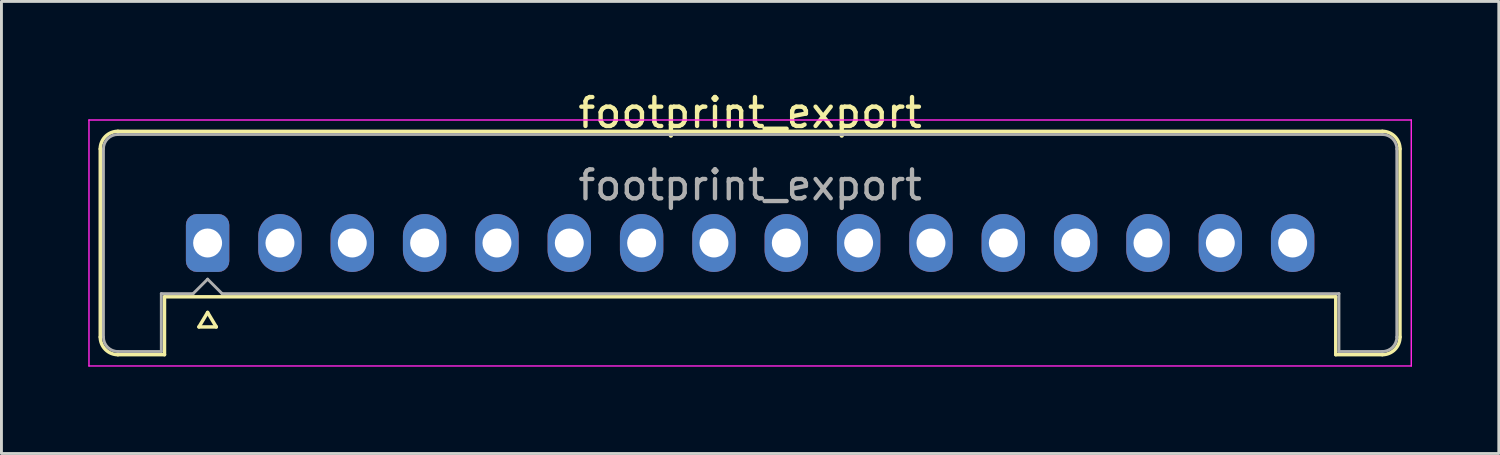
<source format=kicad_pcb>
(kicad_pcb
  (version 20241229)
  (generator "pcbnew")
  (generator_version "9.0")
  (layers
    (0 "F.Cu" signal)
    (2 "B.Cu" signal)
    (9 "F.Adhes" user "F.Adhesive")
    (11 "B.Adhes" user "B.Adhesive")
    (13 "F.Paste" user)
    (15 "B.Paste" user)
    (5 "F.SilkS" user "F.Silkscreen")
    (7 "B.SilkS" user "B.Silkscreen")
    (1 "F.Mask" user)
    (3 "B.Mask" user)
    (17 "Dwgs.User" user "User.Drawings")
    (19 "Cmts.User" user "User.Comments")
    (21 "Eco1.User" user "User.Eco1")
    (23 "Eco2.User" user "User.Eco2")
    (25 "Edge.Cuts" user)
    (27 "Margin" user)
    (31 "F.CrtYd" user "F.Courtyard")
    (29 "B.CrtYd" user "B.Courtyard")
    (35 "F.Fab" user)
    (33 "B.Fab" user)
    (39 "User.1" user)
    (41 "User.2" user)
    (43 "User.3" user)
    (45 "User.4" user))
  (footprint "footprint_export"
    (layer "F.Cu")
    (at 4.125 5.348)
    (property "Reference" "footprint_export" (at 18.75 -4.5 0) (layer "F.SilkS") (effects (font (size 1 1) (thickness 0.15))))
    (attr through_hole)
    (fp_line (start -3.71 -3.25) (end -3.71 3.25) (stroke (width 0.12) (type solid)) (layer "F.SilkS"))
    (fp_line (start -3.1 -3.86) (end 40.6 -3.86) (stroke (width 0.12) (type solid)) (layer "F.SilkS"))
    (fp_line (start -3.1 3.86) (end -1.49 3.86) (stroke (width 0.12) (type solid)) (layer "F.SilkS"))
    (fp_line (start -1.49 1.86) (end 38.99 1.86) (stroke (width 0.12) (type solid)) (layer "F.SilkS"))
    (fp_line (start -1.49 3.86) (end -1.49 1.86) (stroke (width 0.12) (type solid)) (layer "F.SilkS"))
    (fp_line (start -0.3 2.9) (end 0.3 2.9) (stroke (width 0.12) (type solid)) (layer "F.SilkS"))
    (fp_line (start 0 2.4) (end -0.3 2.9) (stroke (width 0.12) (type solid)) (layer "F.SilkS"))
    (fp_line (start 0.3 2.9) (end 0 2.4) (stroke (width 0.12) (type solid)) (layer "F.SilkS"))
    (fp_line (start 38.99 3.86) (end 38.99 1.86) (stroke (width 0.12) (type solid)) (layer "F.SilkS"))
    (fp_line (start 40.6 3.86) (end 38.99 3.86) (stroke (width 0.12) (type solid)) (layer "F.SilkS"))
    (fp_line (start 41.21 -3.25) (end 41.21 3.25) (stroke (width 0.12) (type solid)) (layer "F.SilkS"))
    (fp_arc (start -3.71 -3.25) (mid -3.531335 -3.681335) (end -3.1 -3.86) (stroke (width 0.12) (type solid)) (layer "F.SilkS"))
    (fp_arc (start -3.1 3.86) (mid -3.531335 3.681335) (end -3.71 3.25) (stroke (width 0.12) (type solid)) (layer "F.SilkS"))
    (fp_arc (start 40.6 -3.86) (mid 41.031335 -3.681335) (end 41.21 -3.25) (stroke (width 0.12) (type solid)) (layer "F.SilkS"))
    (fp_arc (start 41.21 3.25) (mid 41.031335 3.681335) (end 40.6 3.86) (stroke (width 0.12) (type solid)) (layer "F.SilkS"))
    (fp_line (start -4.1 -4.25) (end -4.1 4.25) (stroke (width 0.05) (type solid)) (layer "F.CrtYd"))
    (fp_line (start -4.1 4.25) (end 41.6 4.25) (stroke (width 0.05) (type solid)) (layer "F.CrtYd"))
    (fp_line (start 41.6 -4.25) (end -4.1 -4.25) (stroke (width 0.05) (type solid)) (layer "F.CrtYd"))
    (fp_line (start 41.6 4.25) (end 41.6 -4.25) (stroke (width 0.05) (type solid)) (layer "F.CrtYd"))
    (fp_line (start -3.6 -3.25) (end -3.6 3.25) (stroke (width 0.1) (type solid)) (layer "F.Fab"))
    (fp_line (start -3.1 -3.75) (end 40.6 -3.75) (stroke (width 0.1) (type solid)) (layer "F.Fab"))
    (fp_line (start -3.1 3.75) (end -1.6 3.75) (stroke (width 0.1) (type solid)) (layer "F.Fab"))
    (fp_line (start -1.6 1.75) (end -0.5 1.75) (stroke (width 0.1) (type solid)) (layer "F.Fab"))
    (fp_line (start -1.6 3.75) (end -1.6 1.75) (stroke (width 0.1) (type solid)) (layer "F.Fab"))
    (fp_line (start -0.5 1.75) (end 0 1.25) (stroke (width 0.1) (type solid)) (layer "F.Fab"))
    (fp_line (start 0 1.25) (end 0.5 1.75) (stroke (width 0.1) (type solid)) (layer "F.Fab"))
    (fp_line (start 0.5 1.75) (end 39.1 1.75) (stroke (width 0.1) (type solid)) (layer "F.Fab"))
    (fp_line (start 39.1 3.75) (end 39.1 1.75) (stroke (width 0.1) (type solid)) (layer "F.Fab"))
    (fp_line (start 40.6 3.75) (end 39.1 3.75) (stroke (width 0.1) (type solid)) (layer "F.Fab"))
    (fp_line (start 41.1 -3.25) (end 41.1 3.25) (stroke (width 0.1) (type solid)) (layer "F.Fab"))
    (fp_arc (start -3.6 -3.25) (mid -3.453553 -3.603553) (end -3.1 -3.75) (stroke (width 0.1) (type solid)) (layer "F.Fab"))
    (fp_arc (start -3.1 3.75) (mid -3.453553 3.603553) (end -3.6 3.25) (stroke (width 0.1) (type solid)) (layer "F.Fab"))
    (fp_arc (start 40.6 -3.75) (mid 40.953553 -3.603553) (end 41.1 -3.25) (stroke (width 0.1) (type solid)) (layer "F.Fab"))
    (fp_arc (start 41.1 3.25) (mid 40.953553 3.603553) (end 40.6 3.75) (stroke (width 0.1) (type solid)) (layer "F.Fab"))
    (fp_text user "${REFERENCE}" (at 18.75 -2 0) (layer "F.Fab") (effects (font (size 1 1) (thickness 0.15))))
    (pad "1" thru_hole roundrect (at 0 0) (size 1.5 2) (drill 1) (layers "*.Cu" "*.Mask") (roundrect_rratio 0.25))
    (pad "2" thru_hole oval (at 2.5 0) (size 1.5 2) (drill 1) (layers "*.Cu" "*.Mask"))
    (pad "3" thru_hole oval (at 5 0) (size 1.5 2) (drill 1) (layers "*.Cu" "*.Mask"))
    (pad "4" thru_hole oval (at 7.5 0) (size 1.5 2) (drill 1) (layers "*.Cu" "*.Mask"))
    (pad "5" thru_hole oval (at 10 0) (size 1.5 2) (drill 1) (layers "*.Cu" "*.Mask"))
    (pad "6" thru_hole oval (at 12.5 0) (size 1.5 2) (drill 1) (layers "*.Cu" "*.Mask"))
    (pad "7" thru_hole oval (at 15 0) (size 1.5 2) (drill 1) (layers "*.Cu" "*.Mask"))
    (pad "8" thru_hole oval (at 17.5 0) (size 1.5 2) (drill 1) (layers "*.Cu" "*.Mask"))
    (pad "9" thru_hole oval (at 20 0) (size 1.5 2) (drill 1) (layers "*.Cu" "*.Mask"))
    (pad "10" thru_hole oval (at 22.5 0) (size 1.5 2) (drill 1) (layers "*.Cu" "*.Mask"))
    (pad "11" thru_hole oval (at 25 0) (size 1.5 2) (drill 1) (layers "*.Cu" "*.Mask"))
    (pad "12" thru_hole oval (at 27.5 0) (size 1.5 2) (drill 1) (layers "*.Cu" "*.Mask"))
    (pad "13" thru_hole oval (at 30 0) (size 1.5 2) (drill 1) (layers "*.Cu" "*.Mask"))
    (pad "14" thru_hole oval (at 32.5 0) (size 1.5 2) (drill 1) (layers "*.Cu" "*.Mask"))
    (pad "15" thru_hole oval (at 35 0) (size 1.5 2) (drill 1) (layers "*.Cu" "*.Mask"))
    (pad "16" thru_hole oval (at 37.5 0) (size 1.5 2) (drill 1) (layers "*.Cu" "*.Mask")))
  (gr_rect
    (start -3 -3)
    (end 48.75 12.623)
    (stroke (width 0.1) (type default))
    (fill no)
    (layer "Edge.Cuts")))
</source>
